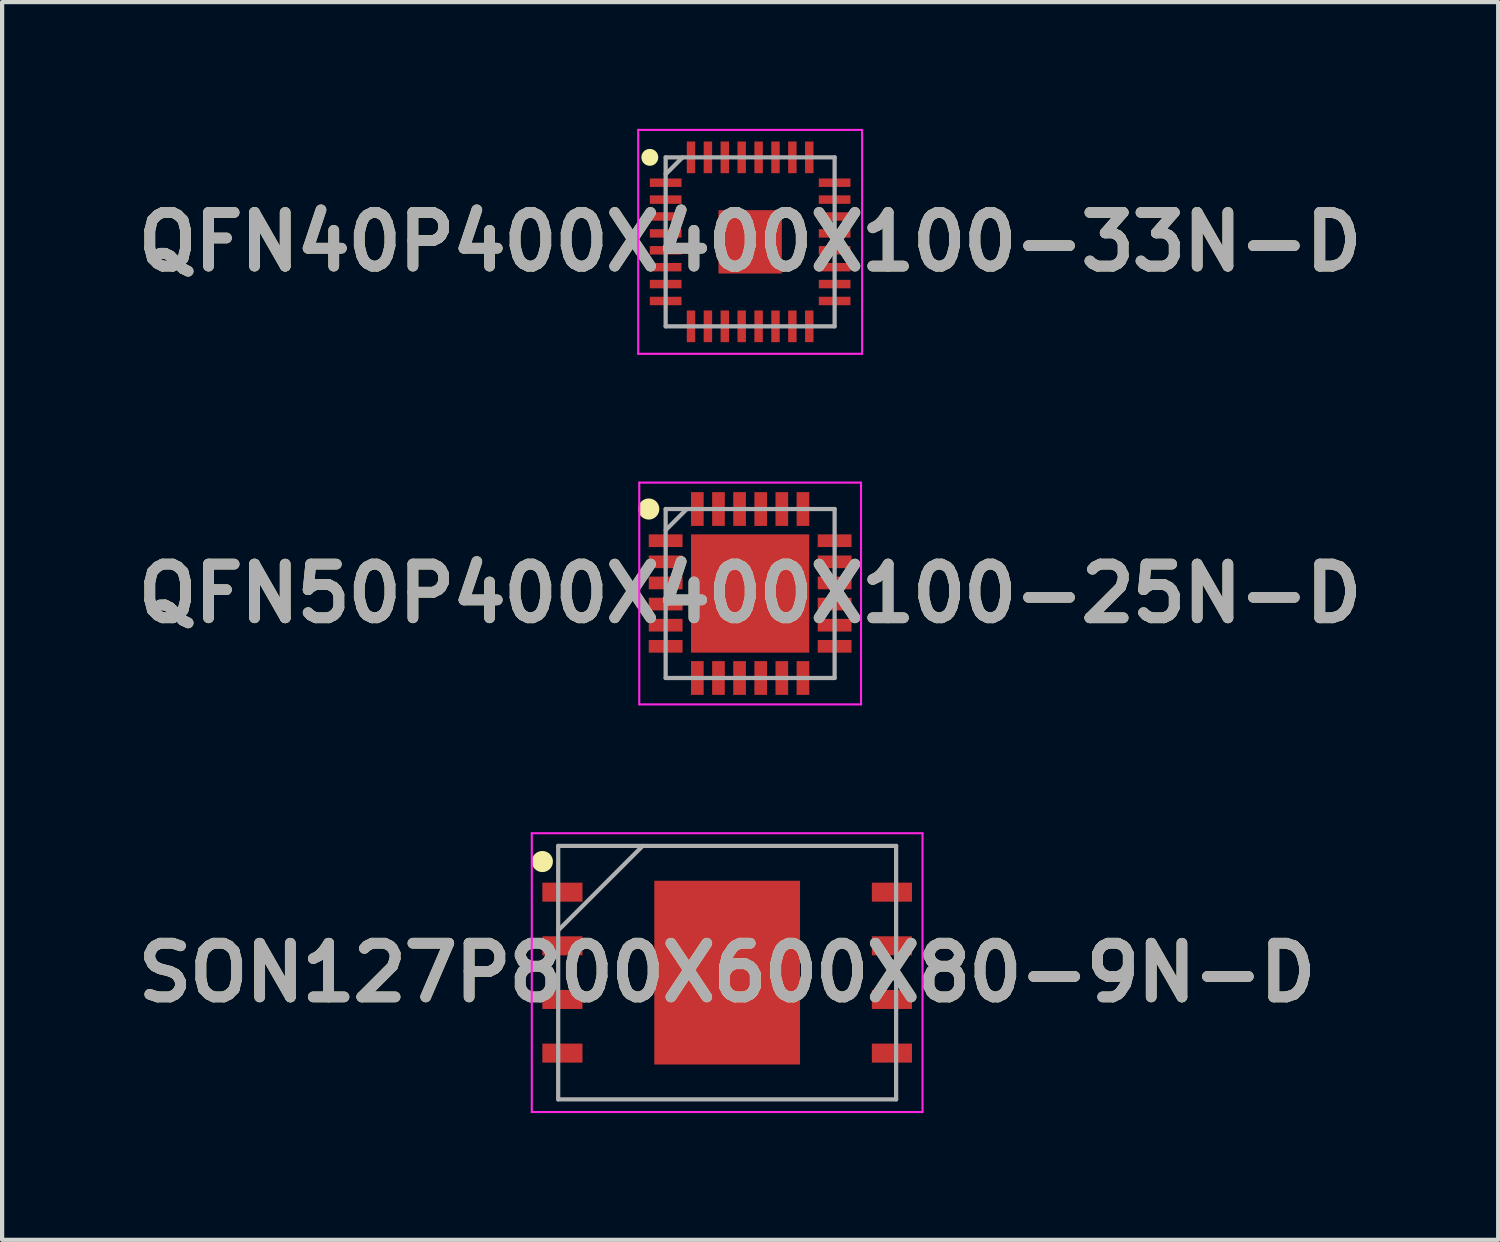
<source format=kicad_pcb>
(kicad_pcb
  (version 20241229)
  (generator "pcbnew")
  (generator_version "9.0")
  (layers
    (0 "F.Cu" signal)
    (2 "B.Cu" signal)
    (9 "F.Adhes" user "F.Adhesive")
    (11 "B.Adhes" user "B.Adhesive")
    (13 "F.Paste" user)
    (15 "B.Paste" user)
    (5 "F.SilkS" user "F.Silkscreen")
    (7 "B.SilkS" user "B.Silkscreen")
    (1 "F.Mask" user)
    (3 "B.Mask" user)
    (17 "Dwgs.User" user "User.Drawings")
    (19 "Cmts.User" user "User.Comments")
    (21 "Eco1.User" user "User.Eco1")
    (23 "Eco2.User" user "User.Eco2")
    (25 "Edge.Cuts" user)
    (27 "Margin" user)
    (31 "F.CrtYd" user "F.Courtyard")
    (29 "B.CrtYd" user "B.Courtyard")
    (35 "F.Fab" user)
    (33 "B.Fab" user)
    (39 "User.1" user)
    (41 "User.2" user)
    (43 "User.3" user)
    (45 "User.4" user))
  (footprint "QFN50P400X400X100-25N-D"
    (layer "F.Cu")
    (at 14.708 11)
    (property "Reference" "QFN50P400X400X100-25N-D" (at 0 0 0) (layer "F.SilkS") (effects (font (size 1.27 1.27) (thickness 0.254))))
    (attr smd)
    (fp_circle (center -2.4 -2) (end -2.4 -1.875) (stroke (width 0.25) (type solid)) (fill no) (layer "F.SilkS"))
    (fp_line (start -2.625 -2.625) (end 2.625 -2.625) (stroke (width 0.05) (type solid)) (layer "F.CrtYd"))
    (fp_line (start -2.625 2.625) (end -2.625 -2.625) (stroke (width 0.05) (type solid)) (layer "F.CrtYd"))
    (fp_line (start 2.625 -2.625) (end 2.625 2.625) (stroke (width 0.05) (type solid)) (layer "F.CrtYd"))
    (fp_line (start 2.625 2.625) (end -2.625 2.625) (stroke (width 0.05) (type solid)) (layer "F.CrtYd"))
    (fp_line (start -2 -2) (end 2 -2) (stroke (width 0.1) (type solid)) (layer "F.Fab"))
    (fp_line (start -2 -1.5) (end -1.5 -2) (stroke (width 0.1) (type solid)) (layer "F.Fab"))
    (fp_line (start -2 2) (end -2 -2) (stroke (width 0.1) (type solid)) (layer "F.Fab"))
    (fp_line (start 2 -2) (end 2 2) (stroke (width 0.1) (type solid)) (layer "F.Fab"))
    (fp_line (start 2 2) (end -2 2) (stroke (width 0.1) (type solid)) (layer "F.Fab"))
    (fp_text user "${REFERENCE}" (at 0 0 0) (layer "F.Fab") (effects (font (size 1.27 1.27) (thickness 0.254))))
    (pad "1" smd rect (at -2 -1.25 90) (size 0.3 0.8) (layers "F.Cu" "F.Mask" "F.Paste"))
    (pad "2" smd rect (at -2 -0.75 90) (size 0.3 0.8) (layers "F.Cu" "F.Mask" "F.Paste"))
    (pad "3" smd rect (at -2 -0.25 90) (size 0.3 0.8) (layers "F.Cu" "F.Mask" "F.Paste"))
    (pad "4" smd rect (at -2 0.25 90) (size 0.3 0.8) (layers "F.Cu" "F.Mask" "F.Paste"))
    (pad "5" smd rect (at -2 0.75 90) (size 0.3 0.8) (layers "F.Cu" "F.Mask" "F.Paste"))
    (pad "6" smd rect (at -2 1.25 90) (size 0.3 0.8) (layers "F.Cu" "F.Mask" "F.Paste"))
    (pad "7" smd rect (at -1.25 2) (size 0.3 0.8) (layers "F.Cu" "F.Mask" "F.Paste"))
    (pad "8" smd rect (at -0.75 2) (size 0.3 0.8) (layers "F.Cu" "F.Mask" "F.Paste"))
    (pad "9" smd rect (at -0.25 2) (size 0.3 0.8) (layers "F.Cu" "F.Mask" "F.Paste"))
    (pad "10" smd rect (at 0.25 2) (size 0.3 0.8) (layers "F.Cu" "F.Mask" "F.Paste"))
    (pad "11" smd rect (at 0.75 2) (size 0.3 0.8) (layers "F.Cu" "F.Mask" "F.Paste"))
    (pad "12" smd rect (at 1.25 2) (size 0.3 0.8) (layers "F.Cu" "F.Mask" "F.Paste"))
    (pad "13" smd rect (at 2 1.25 90) (size 0.3 0.8) (layers "F.Cu" "F.Mask" "F.Paste"))
    (pad "14" smd rect (at 2 0.75 90) (size 0.3 0.8) (layers "F.Cu" "F.Mask" "F.Paste"))
    (pad "15" smd rect (at 2 0.25 90) (size 0.3 0.8) (layers "F.Cu" "F.Mask" "F.Paste"))
    (pad "16" smd rect (at 2 -0.25 90) (size 0.3 0.8) (layers "F.Cu" "F.Mask" "F.Paste"))
    (pad "17" smd rect (at 2 -0.75 90) (size 0.3 0.8) (layers "F.Cu" "F.Mask" "F.Paste"))
    (pad "18" smd rect (at 2 -1.25 90) (size 0.3 0.8) (layers "F.Cu" "F.Mask" "F.Paste"))
    (pad "19" smd rect (at 1.25 -2) (size 0.3 0.8) (layers "F.Cu" "F.Mask" "F.Paste"))
    (pad "20" smd rect (at 0.75 -2) (size 0.3 0.8) (layers "F.Cu" "F.Mask" "F.Paste"))
    (pad "21" smd rect (at 0.25 -2) (size 0.3 0.8) (layers "F.Cu" "F.Mask" "F.Paste"))
    (pad "22" smd rect (at -0.25 -2) (size 0.3 0.8) (layers "F.Cu" "F.Mask" "F.Paste"))
    (pad "23" smd rect (at -0.75 -2) (size 0.3 0.8) (layers "F.Cu" "F.Mask" "F.Paste"))
    (pad "24" smd rect (at -1.25 -2) (size 0.3 0.8) (layers "F.Cu" "F.Mask" "F.Paste"))
    (pad "25" smd rect (at 0 0) (size 2.8 2.8) (layers "F.Cu" "F.Mask" "F.Paste")))
  (footprint "SON127P800X600X80-9N-D"
    (layer "F.Cu")
    (at 14.164 19.975)
    (property "Reference" "SON127P800X600X80-9N-D" (at 0 0 0) (layer "F.SilkS") (effects (font (size 1.27 1.27) (thickness 0.254))))
    (attr smd)
    (fp_circle (center -4.375 -2.63) (end -4.375 -2.505) (stroke (width 0.25) (type solid)) (fill no) (layer "F.SilkS"))
    (fp_line (start -4.625 -3.3) (end 4.625 -3.3) (stroke (width 0.05) (type solid)) (layer "F.CrtYd"))
    (fp_line (start -4.625 3.3) (end -4.625 -3.3) (stroke (width 0.05) (type solid)) (layer "F.CrtYd"))
    (fp_line (start 4.625 -3.3) (end 4.625 3.3) (stroke (width 0.05) (type solid)) (layer "F.CrtYd"))
    (fp_line (start 4.625 3.3) (end -4.625 3.3) (stroke (width 0.05) (type solid)) (layer "F.CrtYd"))
    (fp_line (start -4 -3) (end 4 -3) (stroke (width 0.1) (type solid)) (layer "F.Fab"))
    (fp_line (start -4 -1) (end -2 -3) (stroke (width 0.1) (type solid)) (layer "F.Fab"))
    (fp_line (start -4 3) (end -4 -3) (stroke (width 0.1) (type solid)) (layer "F.Fab"))
    (fp_line (start 4 -3) (end 4 3) (stroke (width 0.1) (type solid)) (layer "F.Fab"))
    (fp_line (start 4 3) (end -4 3) (stroke (width 0.1) (type solid)) (layer "F.Fab"))
    (fp_text user "${REFERENCE}" (at 0 0 0) (layer "F.Fab") (effects (font (size 1.27 1.27) (thickness 0.254))))
    (pad "1" smd rect (at -3.9 -1.905 90) (size 0.45 0.95) (layers "F.Cu" "F.Mask" "F.Paste"))
    (pad "2" smd rect (at -3.9 -0.635 90) (size 0.45 0.95) (layers "F.Cu" "F.Mask" "F.Paste"))
    (pad "3" smd rect (at -3.9 0.635 90) (size 0.45 0.95) (layers "F.Cu" "F.Mask" "F.Paste"))
    (pad "4" smd rect (at -3.9 1.905 90) (size 0.45 0.95) (layers "F.Cu" "F.Mask" "F.Paste"))
    (pad "5" smd rect (at 3.9 1.905 90) (size 0.45 0.95) (layers "F.Cu" "F.Mask" "F.Paste"))
    (pad "6" smd rect (at 3.9 0.635 90) (size 0.45 0.95) (layers "F.Cu" "F.Mask" "F.Paste"))
    (pad "7" smd rect (at 3.9 -0.635 90) (size 0.45 0.95) (layers "F.Cu" "F.Mask" "F.Paste"))
    (pad "8" smd rect (at 3.9 -1.905 90) (size 0.45 0.95) (layers "F.Cu" "F.Mask" "F.Paste"))
    (pad "9" smd rect (at 0 0) (size 3.45 4.35) (layers "F.Cu" "F.Mask" "F.Paste")))
  (footprint "QFN40P400X400X100-33N-D"
    (layer "F.Cu")
    (at 14.708 2.675)
    (property "Reference" "QFN40P400X400X100-33N-D" (at 0 0 0) (layer "F.SilkS") (effects (font (size 1.27 1.27) (thickness 0.254))))
    (attr smd)
    (fp_circle (center -2.375 -2) (end -2.375 -1.9) (stroke (width 0.2) (type solid)) (fill no) (layer "F.SilkS"))
    (fp_line (start -2.65 -2.65) (end 2.65 -2.65) (stroke (width 0.05) (type solid)) (layer "F.CrtYd"))
    (fp_line (start -2.65 2.65) (end -2.65 -2.65) (stroke (width 0.05) (type solid)) (layer "F.CrtYd"))
    (fp_line (start 2.65 -2.65) (end 2.65 2.65) (stroke (width 0.05) (type solid)) (layer "F.CrtYd"))
    (fp_line (start 2.65 2.65) (end -2.65 2.65) (stroke (width 0.05) (type solid)) (layer "F.CrtYd"))
    (fp_line (start -2 -2) (end 2 -2) (stroke (width 0.1) (type solid)) (layer "F.Fab"))
    (fp_line (start -2 -1.6) (end -1.6 -2) (stroke (width 0.1) (type solid)) (layer "F.Fab"))
    (fp_line (start -2 2) (end -2 -2) (stroke (width 0.1) (type solid)) (layer "F.Fab"))
    (fp_line (start 2 -2) (end 2 2) (stroke (width 0.1) (type solid)) (layer "F.Fab"))
    (fp_line (start 2 2) (end -2 2) (stroke (width 0.1) (type solid)) (layer "F.Fab"))
    (fp_text user "${REFERENCE}" (at 0 0 0) (layer "F.Fab") (effects (font (size 1.27 1.27) (thickness 0.254))))
    (pad "1" smd rect (at -2 -1.4 90) (size 0.2 0.75) (layers "F.Cu" "F.Mask" "F.Paste"))
    (pad "2" smd rect (at -2 -1 90) (size 0.2 0.75) (layers "F.Cu" "F.Mask" "F.Paste"))
    (pad "3" smd rect (at -2 -0.6 90) (size 0.2 0.75) (layers "F.Cu" "F.Mask" "F.Paste"))
    (pad "4" smd rect (at -2 -0.2 90) (size 0.2 0.75) (layers "F.Cu" "F.Mask" "F.Paste"))
    (pad "5" smd rect (at -2 0.2 90) (size 0.2 0.75) (layers "F.Cu" "F.Mask" "F.Paste"))
    (pad "6" smd rect (at -2 0.6 90) (size 0.2 0.75) (layers "F.Cu" "F.Mask" "F.Paste"))
    (pad "7" smd rect (at -2 1 90) (size 0.2 0.75) (layers "F.Cu" "F.Mask" "F.Paste"))
    (pad "8" smd rect (at -2 1.4 90) (size 0.2 0.75) (layers "F.Cu" "F.Mask" "F.Paste"))
    (pad "9" smd rect (at -1.4 2) (size 0.2 0.75) (layers "F.Cu" "F.Mask" "F.Paste"))
    (pad "10" smd rect (at -1 2) (size 0.2 0.75) (layers "F.Cu" "F.Mask" "F.Paste"))
    (pad "11" smd rect (at -0.6 2) (size 0.2 0.75) (layers "F.Cu" "F.Mask" "F.Paste"))
    (pad "12" smd rect (at -0.2 2) (size 0.2 0.75) (layers "F.Cu" "F.Mask" "F.Paste"))
    (pad "13" smd rect (at 0.2 2) (size 0.2 0.75) (layers "F.Cu" "F.Mask" "F.Paste"))
    (pad "14" smd rect (at 0.6 2) (size 0.2 0.75) (layers "F.Cu" "F.Mask" "F.Paste"))
    (pad "15" smd rect (at 1 2) (size 0.2 0.75) (layers "F.Cu" "F.Mask" "F.Paste"))
    (pad "16" smd rect (at 1.4 2) (size 0.2 0.75) (layers "F.Cu" "F.Mask" "F.Paste"))
    (pad "17" smd rect (at 2 1.4 90) (size 0.2 0.75) (layers "F.Cu" "F.Mask" "F.Paste"))
    (pad "18" smd rect (at 2 1 90) (size 0.2 0.75) (layers "F.Cu" "F.Mask" "F.Paste"))
    (pad "19" smd rect (at 2 0.6 90) (size 0.2 0.75) (layers "F.Cu" "F.Mask" "F.Paste"))
    (pad "20" smd rect (at 2 0.2 90) (size 0.2 0.75) (layers "F.Cu" "F.Mask" "F.Paste"))
    (pad "21" smd rect (at 2 -0.2 90) (size 0.2 0.75) (layers "F.Cu" "F.Mask" "F.Paste"))
    (pad "22" smd rect (at 2 -0.6 90) (size 0.2 0.75) (layers "F.Cu" "F.Mask" "F.Paste"))
    (pad "23" smd rect (at 2 -1 90) (size 0.2 0.75) (layers "F.Cu" "F.Mask" "F.Paste"))
    (pad "24" smd rect (at 2 -1.4 90) (size 0.2 0.75) (layers "F.Cu" "F.Mask" "F.Paste"))
    (pad "25" smd rect (at 1.4 -2) (size 0.2 0.75) (layers "F.Cu" "F.Mask" "F.Paste"))
    (pad "26" smd rect (at 1 -2) (size 0.2 0.75) (layers "F.Cu" "F.Mask" "F.Paste"))
    (pad "27" smd rect (at 0.6 -2) (size 0.2 0.75) (layers "F.Cu" "F.Mask" "F.Paste"))
    (pad "28" smd rect (at 0.2 -2) (size 0.2 0.75) (layers "F.Cu" "F.Mask" "F.Paste"))
    (pad "29" smd rect (at -0.2 -2) (size 0.2 0.75) (layers "F.Cu" "F.Mask" "F.Paste"))
    (pad "30" smd rect (at -0.6 -2) (size 0.2 0.75) (layers "F.Cu" "F.Mask" "F.Paste"))
    (pad "31" smd rect (at -1 -2) (size 0.2 0.75) (layers "F.Cu" "F.Mask" "F.Paste"))
    (pad "32" smd rect (at -1.4 -2) (size 0.2 0.75) (layers "F.Cu" "F.Mask" "F.Paste"))
    (pad "33" smd rect (at 0 0) (size 1.5 1.5) (layers "F.Cu" "F.Mask" "F.Paste")))
  (gr_rect
    (start -3 -3)
    (end 32.416 26.3)
    (stroke (width 0.1) (type default))
    (fill no)
    (layer "Edge.Cuts")))
</source>
